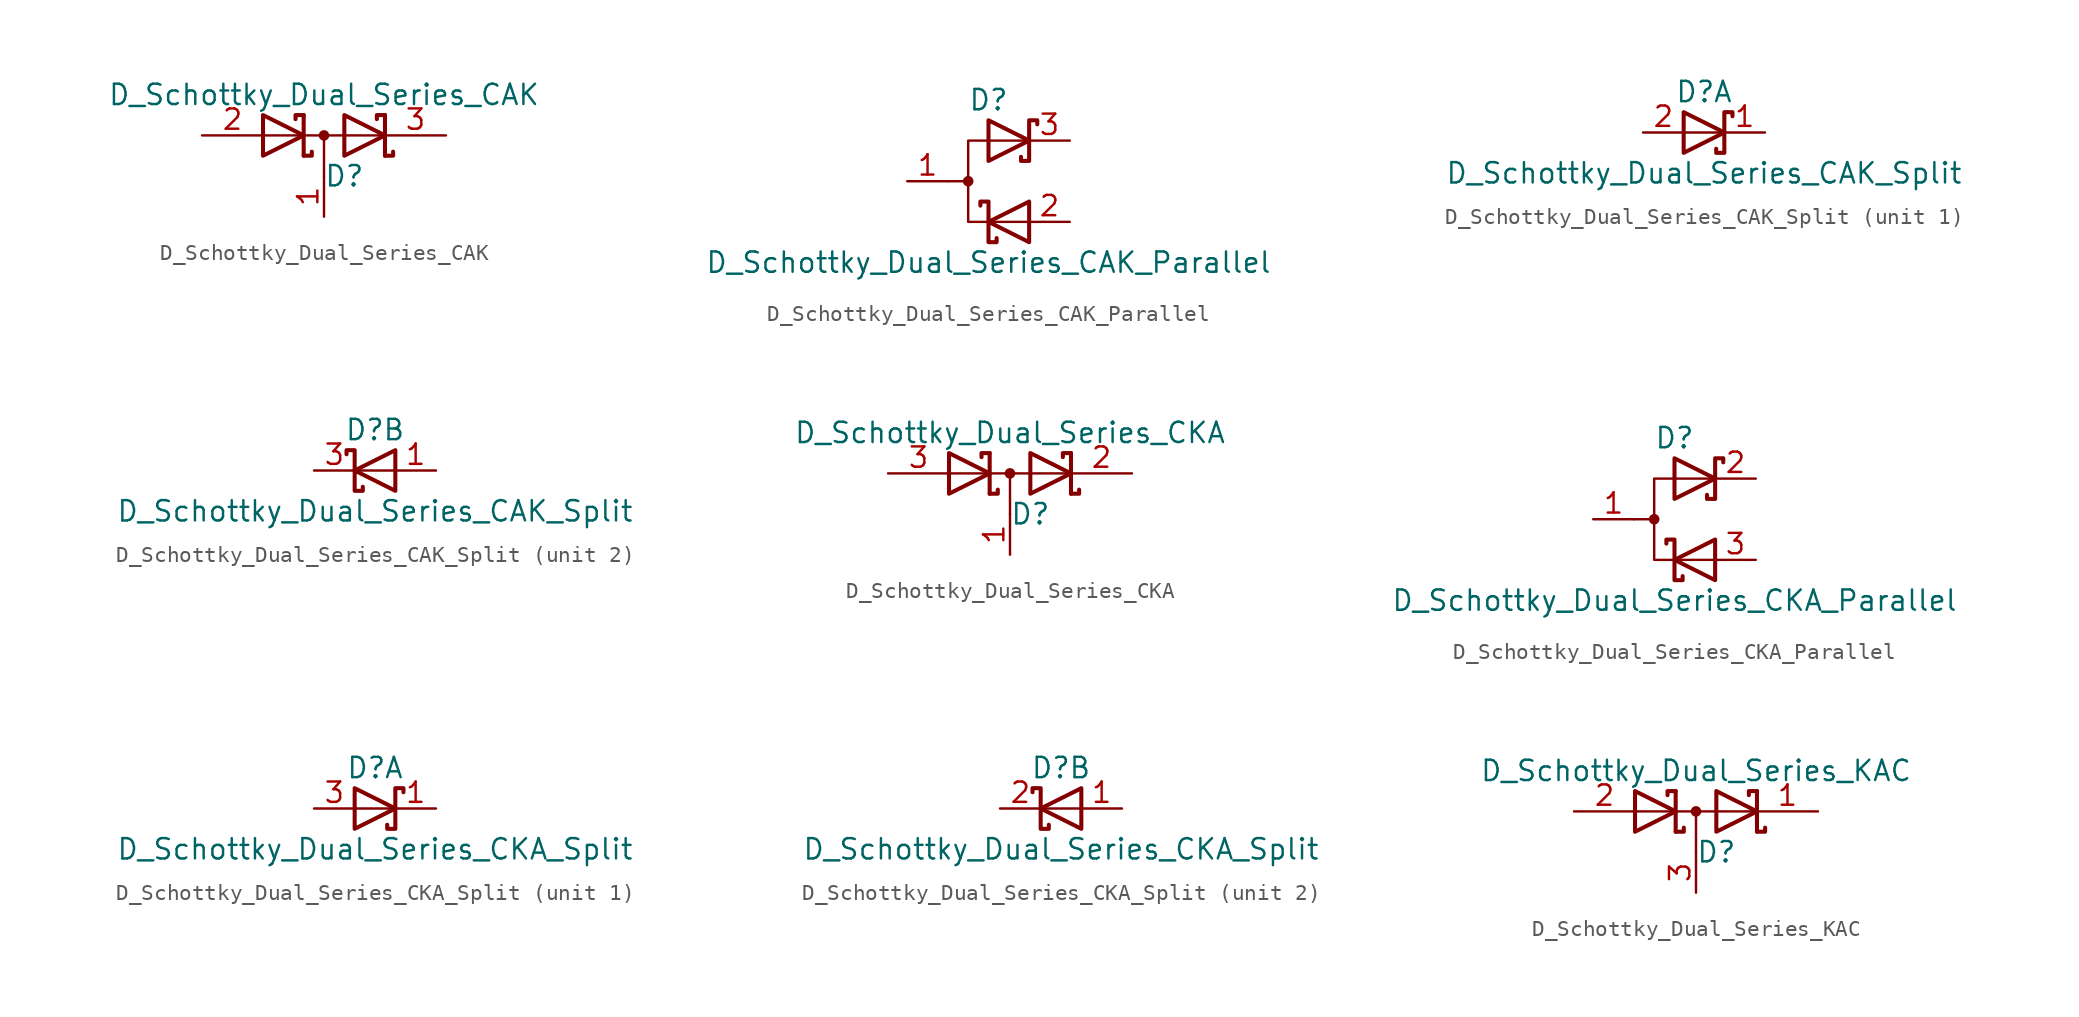
<source format=kicad_sym>
(kicad_symbol_lib
  (version 20241209)
  (generator "kicad_symbol_editor")
  (generator_version "9.0")
  (symbol "D_Schottky_Dual_Series_CAK"
    (pin_names
      (offset 0.762)
      (hide yes))
    (property "Reference" "D"
      (at 1.27 -2.54 0)
      (effects (font (size 1.27 1.27))))
    (property "Value" "D_Schottky_Dual_Series_CAK"
      (at 0 2.54 0)
      (effects (font (size 1.27 1.27))))
    (symbol "D_Schottky_Dual_Series_CAK_0_1"
      (polyline (pts (xy -3.81 1.27) (xy -1.27 0) (xy -3.81 -1.27) (xy -3.81 1.27) (xy -3.81 1.27) (xy -3.81 1.27)) (stroke (width 0.254) (type default)) (fill (type none)))
      (polyline (pts (xy -3.81 0) (xy 3.81 0)) (stroke (width 0) (type default)) (fill (type none)))
      (polyline (pts (xy -1.778 1.016) (xy -1.778 1.27) (xy -1.27 1.27) (xy -1.27 1.27) (xy -1.27 1.27)) (stroke (width 0.254) (type default)) (fill (type none)))
      (polyline (pts (xy -1.27 -1.27) (xy -1.27 1.27) (xy -1.27 1.27)) (stroke (width 0.254) (type default)) (fill (type none)))
      (polyline (pts (xy -1.27 -1.27) (xy -0.762 -1.27) (xy -0.762 -1.016) (xy -0.762 -1.016)) (stroke (width 0.254) (type default)) (fill (type none)))
      (polyline (pts (xy 0 0) (xy 0 -2.54)) (stroke (width 0) (type default)) (fill (type none)))
      (circle (center 0 0) (radius 0.254) (stroke (width 0) (type default)) (fill (type outline)))
      (polyline (pts (xy 1.27 1.27) (xy 3.81 0) (xy 1.27 -1.27) (xy 1.27 1.27) (xy 1.27 1.27) (xy 1.27 1.27)) (stroke (width 0.254) (type default)) (fill (type none)))
      (polyline (pts (xy 3.81 1.27) (xy 3.81 -1.27) (xy 3.81 -1.27)) (stroke (width 0.254) (type default)) (fill (type none)))
      (polyline (pts (xy 3.81 1.27) (xy 3.302 1.27) (xy 3.302 1.016) (xy 3.302 1.016)) (stroke (width 0.254) (type default)) (fill (type none)))
      (polyline (pts (xy 3.81 -1.27) (xy 4.318 -1.27) (xy 4.318 -1.016) (xy 4.318 -1.016)) (stroke (width 0.254) (type default)) (fill (type none)))
      (pin passive line (at -7.62 0 0) (length 3.81) (name "A" (effects (font (size 1.27 1.27)))) (number "2" (effects (font (size 1.27 1.27)))))
      (pin passive line (at 0 -5.08 90) (length 2.54) (name "common" (effects (font (size 1.27 1.27)))) (number "1" (effects (font (size 1.27 1.27)))))
      (pin passive line (at 7.62 0 180) (length 3.81) (name "K" (effects (font (size 1.27 1.27)))) (number "3" (effects (font (size 1.27 1.27)))))))
  (symbol "D_Schottky_Dual_Series_CAK_Parallel"
    (pin_names
      (offset 0.762)
      (hide yes))
    (property "Reference" "D"
      (at 0 5.08 0)
      (effects (font (size 1.27 1.27))))
    (property "Value" "D_Schottky_Dual_Series_CAK_Parallel"
      (at 0 -5.08 0)
      (effects (font (size 1.27 1.27))))
    (symbol "D_Schottky_Dual_Series_CAK_Parallel_0_1"
      (circle (center -1.27 0) (radius 0.254) (stroke (width 0) (type default)) (fill (type outline)))
      (polyline (pts (xy -1.27 0) (xy -2.54 0)) (stroke (width 0) (type default)) (fill (type none)))
      (polyline (pts (xy -0.508 -1.524) (xy -0.508 -1.27) (xy 0 -1.27) (xy 0 -3.81) (xy 0.508 -3.81) (xy 0.508 -3.556)) (stroke (width 0.254) (type default)) (fill (type none)))
      (polyline (pts (xy 0 3.81) (xy 2.54 2.54) (xy 0 1.27) (xy 0 3.81) (xy 0 3.81) (xy 0 3.81)) (stroke (width 0.254) (type default)) (fill (type none)))
      (polyline (pts (xy 2.54 2.54) (xy -1.27 2.54) (xy -1.27 -2.54) (xy 2.54 -2.54)) (stroke (width 0) (type default)) (fill (type none)))
      (polyline (pts (xy 2.54 -1.27) (xy 0 -2.54) (xy 2.54 -3.81) (xy 2.54 -1.27) (xy 2.54 -1.27) (xy 2.54 -1.27)) (stroke (width 0.254) (type default)) (fill (type none)))
      (polyline (pts (xy 3.048 3.556) (xy 3.048 3.81) (xy 2.54 3.81) (xy 2.54 1.27) (xy 2.032 1.27) (xy 2.032 1.524)) (stroke (width 0.254) (type default)) (fill (type none)))
      (pin passive line (at -5.08 0 0) (length 2.54) (name "A" (effects (font (size 1.27 1.27)))) (number "1" (effects (font (size 1.27 1.27)))))
      (pin passive line (at 5.08 2.54 180) (length 2.54) (name "K" (effects (font (size 1.27 1.27)))) (number "3" (effects (font (size 1.27 1.27)))))
      (pin passive line (at 5.08 -2.54 180) (length 2.54) (name "K" (effects (font (size 1.27 1.27)))) (number "2" (effects (font (size 1.27 1.27)))))))
  (symbol "D_Schottky_Dual_Series_CAK_Split"
    (pin_names
      (offset 0.762)
      (hide yes))
    (property "Reference" "D"
      (at 0 2.54 0)
      (effects (font (size 1.27 1.27))))
    (property "Value" "D_Schottky_Dual_Series_CAK_Split"
      (at 0 -2.54 0)
      (effects (font (size 1.27 1.27))))
    (property "ki_locked" ""
      (at 0 0 0)
      (effects (font (size 1.27 1.27))))
    (symbol "D_Schottky_Dual_Series_CAK_Split_0_1"
      (pin passive line (at 3.81 0 180) (length 2.54) (name "K" (effects (font (size 1.27 1.27)))) (number "1" (effects (font (size 1.27 1.27))))))
    (symbol "D_Schottky_Dual_Series_CAK_Split_1_1"
      (polyline (pts (xy -1.27 1.27) (xy 1.27 0) (xy -1.27 -1.27) (xy -1.27 1.27) (xy -1.27 1.27) (xy -1.27 1.27)) (stroke (width 0.254) (type default)) (fill (type none)))
      (polyline (pts (xy 1.27 0) (xy -1.27 0)) (stroke (width 0) (type default)) (fill (type none)))
      (polyline (pts (xy 1.778 1.016) (xy 1.778 1.27) (xy 1.27 1.27) (xy 1.27 -1.27) (xy 0.762 -1.27) (xy 0.762 -1.016)) (stroke (width 0.254) (type default)) (fill (type none)))
      (pin passive line (at -3.81 0 0) (length 2.54) (name "A" (effects (font (size 1.27 1.27)))) (number "2" (effects (font (size 1.27 1.27))))))
    (symbol "D_Schottky_Dual_Series_CAK_Split_2_1"
      (polyline (pts (xy -1.778 1.016) (xy -1.778 1.27) (xy -1.27 1.27) (xy -1.27 -1.27) (xy -0.762 -1.27) (xy -0.762 -1.016)) (stroke (width 0.254) (type default)) (fill (type none)))
      (polyline (pts (xy -1.27 0) (xy 1.27 0)) (stroke (width 0) (type default)) (fill (type none)))
      (polyline (pts (xy 1.27 1.27) (xy -1.27 0) (xy 1.27 -1.27) (xy 1.27 1.27) (xy 1.27 1.27) (xy 1.27 1.27)) (stroke (width 0.254) (type default)) (fill (type none)))
      (pin passive line (at -3.81 0 0) (length 2.54) (name "K" (effects (font (size 1.27 1.27)))) (number "3" (effects (font (size 1.27 1.27)))))))
  (symbol "D_Schottky_Dual_Series_CKA"
    (pin_names
      (offset 0.762)
      (hide yes))
    (property "Reference" "D"
      (at 1.27 -2.54 0)
      (effects (font (size 1.27 1.27))))
    (property "Value" "D_Schottky_Dual_Series_CKA"
      (at 0 2.54 0)
      (effects (font (size 1.27 1.27))))
    (symbol "D_Schottky_Dual_Series_CKA_0_1"
      (polyline (pts (xy -3.81 1.27) (xy -1.27 0) (xy -3.81 -1.27) (xy -3.81 1.27) (xy -3.81 1.27) (xy -3.81 1.27)) (stroke (width 0.254) (type default)) (fill (type none)))
      (polyline (pts (xy -3.81 0) (xy 3.81 0)) (stroke (width 0) (type default)) (fill (type none)))
      (polyline (pts (xy -1.778 1.016) (xy -1.778 1.27) (xy -1.27 1.27) (xy -1.27 1.27) (xy -1.27 1.27)) (stroke (width 0.254) (type default)) (fill (type none)))
      (polyline (pts (xy -1.27 -1.27) (xy -1.27 1.27) (xy -1.27 1.27)) (stroke (width 0.254) (type default)) (fill (type none)))
      (polyline (pts (xy -1.27 -1.27) (xy -0.762 -1.27) (xy -0.762 -1.016) (xy -0.762 -1.016)) (stroke (width 0.254) (type default)) (fill (type none)))
      (polyline (pts (xy 0 0) (xy 0 -2.54)) (stroke (width 0) (type default)) (fill (type none)))
      (circle (center 0 0) (radius 0.254) (stroke (width 0) (type default)) (fill (type outline)))
      (polyline (pts (xy 1.27 1.27) (xy 3.81 0) (xy 1.27 -1.27) (xy 1.27 1.27) (xy 1.27 1.27) (xy 1.27 1.27)) (stroke (width 0.254) (type default)) (fill (type none)))
      (polyline (pts (xy 3.81 1.27) (xy 3.81 -1.27) (xy 3.81 -1.27)) (stroke (width 0.254) (type default)) (fill (type none)))
      (polyline (pts (xy 3.81 1.27) (xy 3.302 1.27) (xy 3.302 1.016) (xy 3.302 1.016)) (stroke (width 0.254) (type default)) (fill (type none)))
      (polyline (pts (xy 3.81 -1.27) (xy 4.318 -1.27) (xy 4.318 -1.016) (xy 4.318 -1.016)) (stroke (width 0.254) (type default)) (fill (type none)))
      (pin passive line (at -7.62 0 0) (length 3.81) (name "A" (effects (font (size 1.27 1.27)))) (number "3" (effects (font (size 1.27 1.27)))))
      (pin passive line (at 0 -5.08 90) (length 2.54) (name "common" (effects (font (size 1.27 1.27)))) (number "1" (effects (font (size 1.27 1.27)))))
      (pin passive line (at 7.62 0 180) (length 3.81) (name "K" (effects (font (size 1.27 1.27)))) (number "2" (effects (font (size 1.27 1.27)))))))
  (symbol "D_Schottky_Dual_Series_CKA_Parallel"
    (pin_names
      (offset 0.762)
      (hide yes))
    (property "Reference" "D"
      (at 0 5.08 0)
      (effects (font (size 1.27 1.27))))
    (property "Value" "D_Schottky_Dual_Series_CKA_Parallel"
      (at 0 -5.08 0)
      (effects (font (size 1.27 1.27))))
    (symbol "D_Schottky_Dual_Series_CKA_Parallel_0_1"
      (circle (center -1.27 0) (radius 0.254) (stroke (width 0) (type default)) (fill (type outline)))
      (polyline (pts (xy -1.27 0) (xy -2.54 0)) (stroke (width 0) (type default)) (fill (type none)))
      (polyline (pts (xy -0.508 -1.524) (xy -0.508 -1.27) (xy 0 -1.27) (xy 0 -3.81) (xy 0.508 -3.81) (xy 0.508 -3.556)) (stroke (width 0.254) (type default)) (fill (type none)))
      (polyline (pts (xy 0 3.81) (xy 2.54 2.54) (xy 0 1.27) (xy 0 3.81) (xy 0 3.81) (xy 0 3.81)) (stroke (width 0.254) (type default)) (fill (type none)))
      (polyline (pts (xy 2.54 2.54) (xy -1.27 2.54) (xy -1.27 -2.54) (xy 2.54 -2.54)) (stroke (width 0) (type default)) (fill (type none)))
      (polyline (pts (xy 2.54 -1.27) (xy 0 -2.54) (xy 2.54 -3.81) (xy 2.54 -1.27) (xy 2.54 -1.27) (xy 2.54 -1.27)) (stroke (width 0.254) (type default)) (fill (type none)))
      (polyline (pts (xy 3.048 3.556) (xy 3.048 3.81) (xy 2.54 3.81) (xy 2.54 1.27) (xy 2.032 1.27) (xy 2.032 1.524)) (stroke (width 0.254) (type default)) (fill (type none)))
      (pin passive line (at -5.08 0 0) (length 2.54) (name "A" (effects (font (size 1.27 1.27)))) (number "1" (effects (font (size 1.27 1.27)))))
      (pin passive line (at 5.08 2.54 180) (length 2.54) (name "K" (effects (font (size 1.27 1.27)))) (number "2" (effects (font (size 1.27 1.27)))))
      (pin passive line (at 5.08 -2.54 180) (length 2.54) (name "K" (effects (font (size 1.27 1.27)))) (number "3" (effects (font (size 1.27 1.27)))))))
  (symbol "D_Schottky_Dual_Series_CKA_Split"
    (pin_names
      (offset 0.762)
      (hide yes))
    (property "Reference" "D"
      (at 0 2.54 0)
      (effects (font (size 1.27 1.27))))
    (property "Value" "D_Schottky_Dual_Series_CKA_Split"
      (at 0 -2.54 0)
      (effects (font (size 1.27 1.27))))
    (property "ki_locked" ""
      (at 0 0 0)
      (effects (font (size 1.27 1.27))))
    (symbol "D_Schottky_Dual_Series_CKA_Split_0_1"
      (pin passive line (at 3.81 0 180) (length 2.54) (name "K" (effects (font (size 1.27 1.27)))) (number "1" (effects (font (size 1.27 1.27))))))
    (symbol "D_Schottky_Dual_Series_CKA_Split_1_1"
      (polyline (pts (xy -1.27 1.27) (xy 1.27 0) (xy -1.27 -1.27) (xy -1.27 1.27) (xy -1.27 1.27) (xy -1.27 1.27)) (stroke (width 0.254) (type default)) (fill (type none)))
      (polyline (pts (xy 1.27 0) (xy -1.27 0)) (stroke (width 0) (type default)) (fill (type none)))
      (polyline (pts (xy 1.778 1.016) (xy 1.778 1.27) (xy 1.27 1.27) (xy 1.27 -1.27) (xy 0.762 -1.27) (xy 0.762 -1.016)) (stroke (width 0.254) (type default)) (fill (type none)))
      (pin passive line (at -3.81 0 0) (length 2.54) (name "A" (effects (font (size 1.27 1.27)))) (number "3" (effects (font (size 1.27 1.27))))))
    (symbol "D_Schottky_Dual_Series_CKA_Split_2_1"
      (polyline (pts (xy -1.778 1.016) (xy -1.778 1.27) (xy -1.27 1.27) (xy -1.27 -1.27) (xy -0.762 -1.27) (xy -0.762 -1.016)) (stroke (width 0.254) (type default)) (fill (type none)))
      (polyline (pts (xy -1.27 0) (xy 1.27 0)) (stroke (width 0) (type default)) (fill (type none)))
      (polyline (pts (xy 1.27 1.27) (xy -1.27 0) (xy 1.27 -1.27) (xy 1.27 1.27) (xy 1.27 1.27) (xy 1.27 1.27)) (stroke (width 0.254) (type default)) (fill (type none)))
      (pin passive line (at -3.81 0 0) (length 2.54) (name "K" (effects (font (size 1.27 1.27)))) (number "2" (effects (font (size 1.27 1.27)))))))
  (symbol "D_Schottky_Dual_Series_KAC"
    (pin_names
      (offset 0.762)
      (hide yes))
    (property "Reference" "D"
      (at 1.27 -2.54 0)
      (effects (font (size 1.27 1.27))))
    (property "Value" "D_Schottky_Dual_Series_KAC"
      (at 0 2.54 0)
      (effects (font (size 1.27 1.27))))
    (symbol "D_Schottky_Dual_Series_KAC_0_1"
      (polyline (pts (xy -3.81 1.27) (xy -1.27 0) (xy -3.81 -1.27) (xy -3.81 1.27) (xy -3.81 1.27) (xy -3.81 1.27)) (stroke (width 0.254) (type default)) (fill (type none)))
      (polyline (pts (xy -3.81 0) (xy 3.81 0)) (stroke (width 0) (type default)) (fill (type none)))
      (polyline (pts (xy -1.778 1.016) (xy -1.778 1.27) (xy -1.27 1.27) (xy -1.27 1.27) (xy -1.27 1.27)) (stroke (width 0.254) (type default)) (fill (type none)))
      (polyline (pts (xy -1.27 -1.27) (xy -1.27 1.27) (xy -1.27 1.27)) (stroke (width 0.254) (type default)) (fill (type none)))
      (polyline (pts (xy -1.27 -1.27) (xy -0.762 -1.27) (xy -0.762 -1.016) (xy -0.762 -1.016)) (stroke (width 0.254) (type default)) (fill (type none)))
      (polyline (pts (xy 0 0) (xy 0 -2.54)) (stroke (width 0) (type default)) (fill (type none)))
      (circle (center 0 0) (radius 0.254) (stroke (width 0) (type default)) (fill (type outline)))
      (polyline (pts (xy 1.27 1.27) (xy 3.81 0) (xy 1.27 -1.27) (xy 1.27 1.27) (xy 1.27 1.27) (xy 1.27 1.27)) (stroke (width 0.254) (type default)) (fill (type none)))
      (polyline (pts (xy 3.81 1.27) (xy 3.81 -1.27) (xy 3.81 -1.27)) (stroke (width 0.254) (type default)) (fill (type none)))
      (polyline (pts (xy 3.81 1.27) (xy 3.302 1.27) (xy 3.302 1.016) (xy 3.302 1.016)) (stroke (width 0.254) (type default)) (fill (type none)))
      (polyline (pts (xy 3.81 -1.27) (xy 4.318 -1.27) (xy 4.318 -1.016) (xy 4.318 -1.016)) (stroke (width 0.254) (type default)) (fill (type none)))
      (pin passive line (at -7.62 0 0) (length 3.81) (name "A" (effects (font (size 1.27 1.27)))) (number "2" (effects (font (size 1.27 1.27)))))
      (pin passive line (at 0 -5.08 90) (length 2.54) (name "common" (effects (font (size 1.27 1.27)))) (number "3" (effects (font (size 1.27 1.27)))))
      (pin passive line (at 7.62 0 180) (length 3.81) (name "K" (effects (font (size 1.27 1.27)))) (number "1" (effects (font (size 1.27 1.27))))))))
</source>
